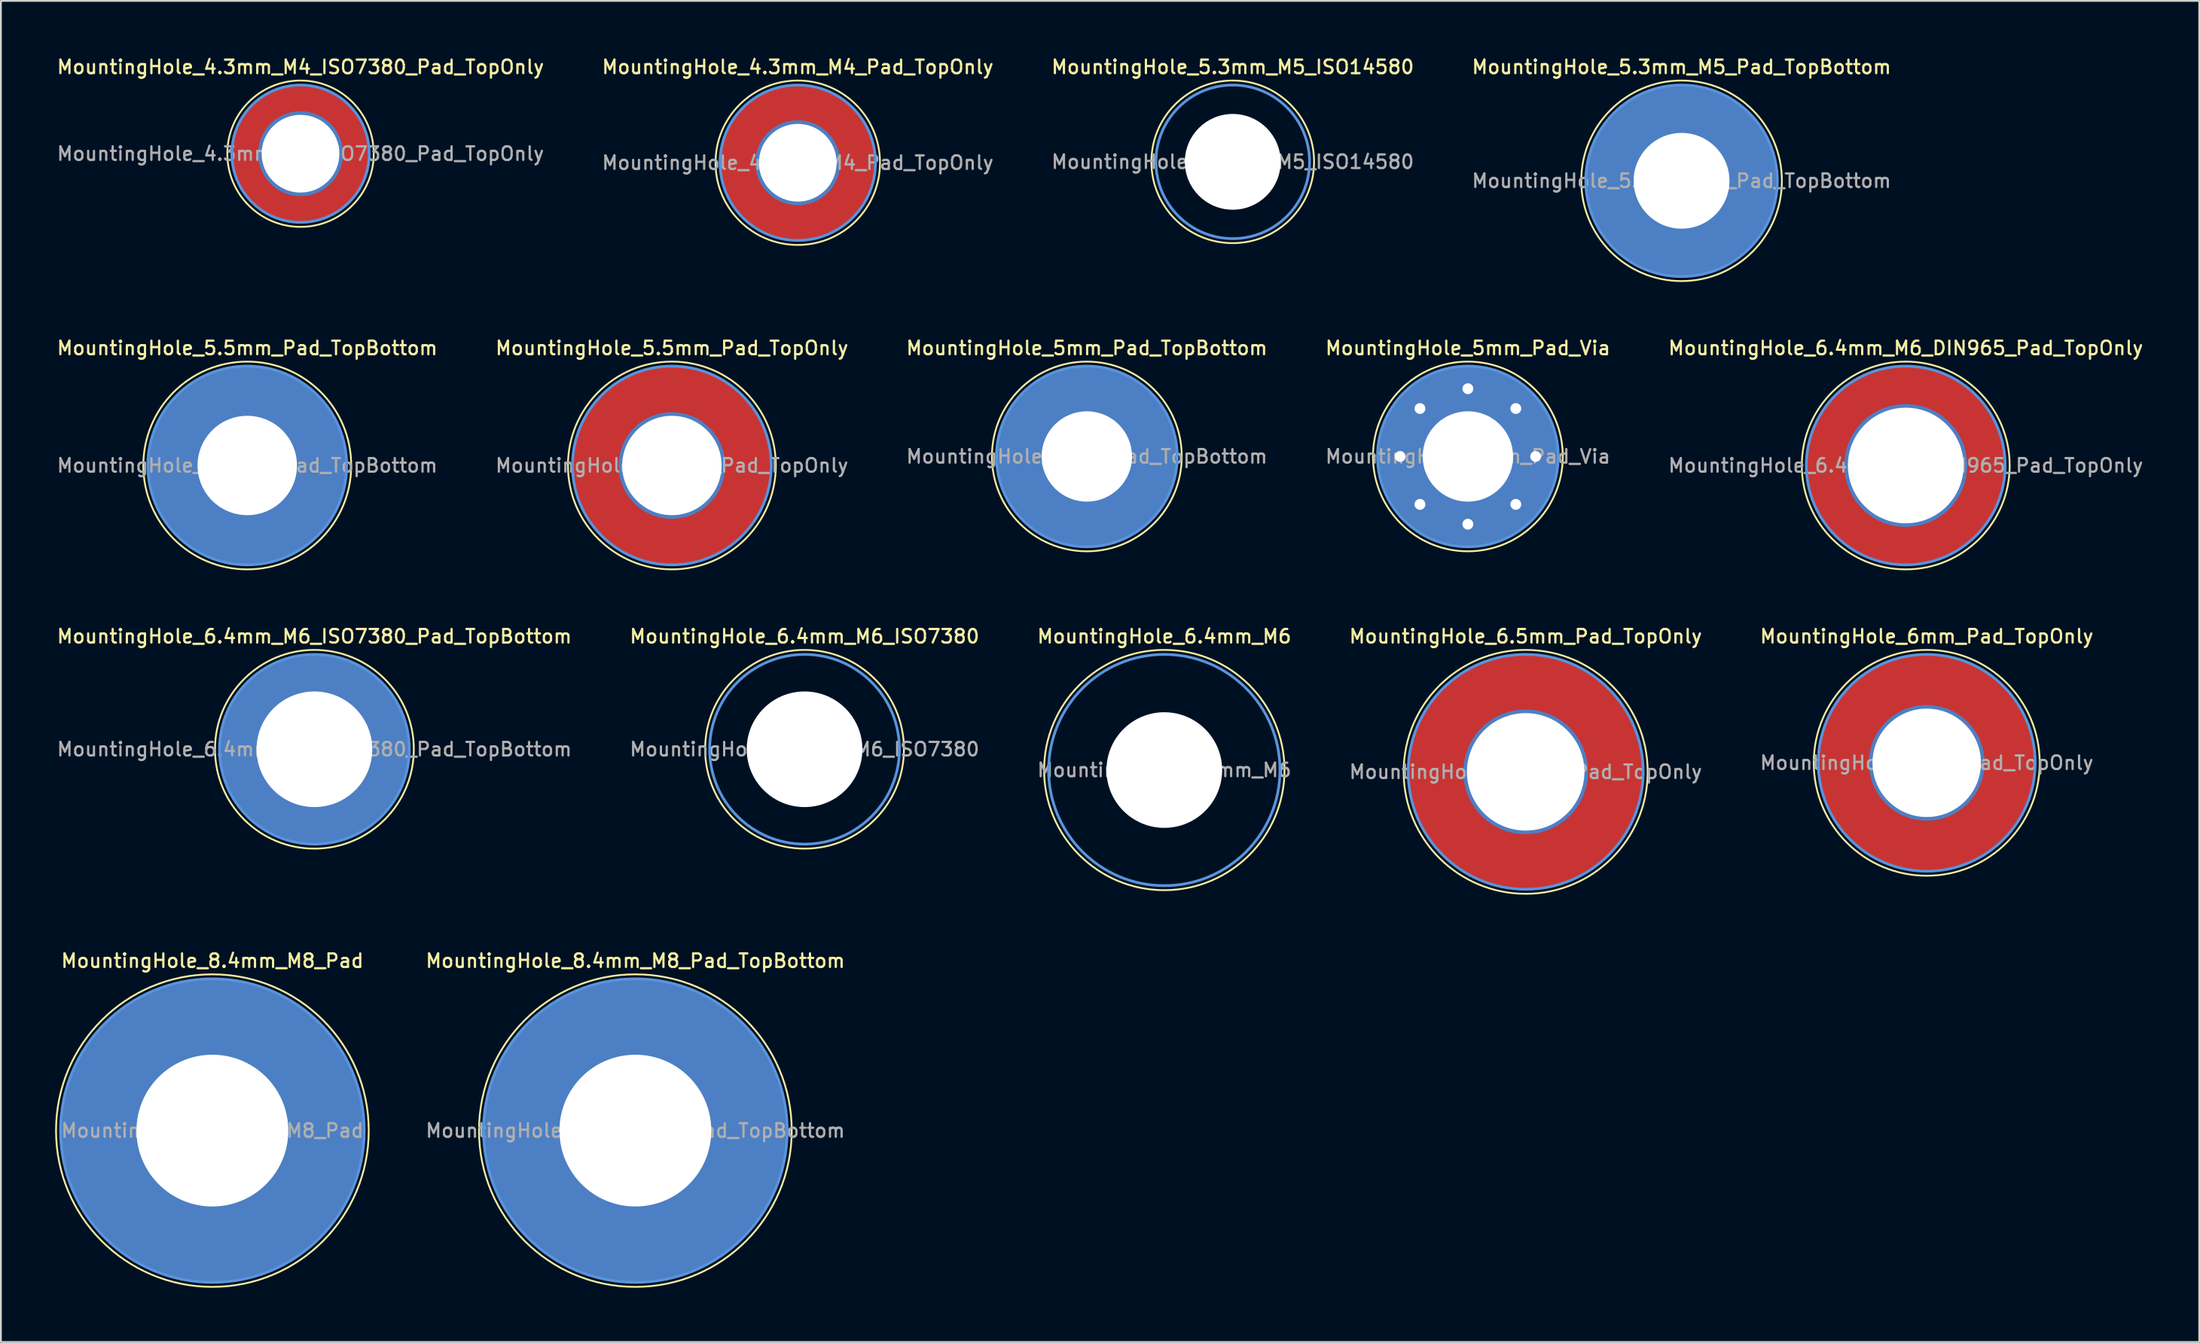
<source format=kicad_pcb>
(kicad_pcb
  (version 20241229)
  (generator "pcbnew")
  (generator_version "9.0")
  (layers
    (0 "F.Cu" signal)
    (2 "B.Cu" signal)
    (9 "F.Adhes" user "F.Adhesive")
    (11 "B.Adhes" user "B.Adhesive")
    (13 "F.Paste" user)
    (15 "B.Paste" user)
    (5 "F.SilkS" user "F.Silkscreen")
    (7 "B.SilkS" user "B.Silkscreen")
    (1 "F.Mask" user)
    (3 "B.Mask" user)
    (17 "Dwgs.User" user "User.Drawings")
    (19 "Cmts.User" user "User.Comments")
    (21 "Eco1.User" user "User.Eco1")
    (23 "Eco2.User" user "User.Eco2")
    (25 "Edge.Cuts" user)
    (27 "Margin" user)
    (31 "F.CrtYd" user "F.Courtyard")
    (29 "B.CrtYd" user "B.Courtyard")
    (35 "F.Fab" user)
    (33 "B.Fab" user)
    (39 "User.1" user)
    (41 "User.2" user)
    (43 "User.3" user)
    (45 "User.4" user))
  (footprint "MountingHole_6mm_Pad_TopOnly"
    (layer "F.Cu")
    (at 103.548 39.174)
    (property "Reference" "MountingHole_6mm_Pad_TopOnly" (at 0 -7 0) (layer "F.SilkS") (effects (font (size 0.75 0.75) (thickness 0.125))))
    (attr exclude_from_pos_files exclude_from_bom)
    (fp_circle (center 0 0) (end 6.25 0) (stroke (width 0.1) (type solid)) (fill no) (layer "F.SilkS"))
    (fp_circle (center 0 0) (end 6 0) (stroke (width 0.15) (type solid)) (fill no) (layer "Cmts.User"))
    (fp_text user "${REFERENCE}" (at 0 0 0) (layer "F.Fab") (effects (font (size 0.75 0.75) (thickness 0.125))))
    (pad "1" thru_hole circle (at 0 0) (size 6.4 6.4) (drill 6) (layers "*.Cu" "*.Mask"))
    (pad "1" connect circle (at 0 0) (size 12 12) (layers "F.Cu" "F.Mask")))
  (footprint "MountingHole_6.4mm_M6"
    (layer "F.Cu")
    (at 61.366 39.574)
    (property "Reference" "MountingHole_6.4mm_M6" (at 0 -7.4 0) (layer "F.SilkS") (effects (font (size 0.75 0.75) (thickness 0.125))))
    (attr exclude_from_pos_files exclude_from_bom)
    (fp_circle (center 0 0) (end 6.65 0) (stroke (width 0.1) (type solid)) (fill no) (layer "F.SilkS"))
    (fp_circle (center 0 0) (end 6.4 0) (stroke (width 0.15) (type solid)) (fill no) (layer "Cmts.User"))
    (fp_text user "${REFERENCE}" (at 0 0 0) (layer "F.Fab") (effects (font (size 0.75 0.75) (thickness 0.125))))
    (pad "" np_thru_hole circle (at 0 0) (size 6.4 6.4) (drill 6.4) (layers "*.Cu" "*.Mask")))
  (footprint "MountingHole_6.4mm_M6_DIN965_Pad_TopOnly"
    (layer "F.Cu")
    (at 102.387 22.716)
    (property "Reference" "MountingHole_6.4mm_M6_DIN965_Pad_TopOnly" (at 0 -6.5 0) (layer "F.SilkS") (effects (font (size 0.75 0.75) (thickness 0.125))))
    (attr exclude_from_pos_files exclude_from_bom)
    (fp_circle (center 0 0) (end 5.75 0) (stroke (width 0.1) (type solid)) (fill no) (layer "F.SilkS"))
    (fp_circle (center 0 0) (end 5.5 0) (stroke (width 0.15) (type solid)) (fill no) (layer "Cmts.User"))
    (fp_text user "${REFERENCE}" (at 0 0 0) (layer "F.Fab") (effects (font (size 0.75 0.75) (thickness 0.125))))
    (pad "1" thru_hole circle (at 0 0) (size 6.8 6.8) (drill 6.4) (layers "*.Cu" "*.Mask"))
    (pad "1" connect circle (at 0 0) (size 11 11) (layers "F.Cu" "F.Mask")))
  (footprint "MountingHole_5.3mm_M5_Pad_TopBottom"
    (layer "F.Cu")
    (at 89.984 6.958)
    (property "Reference" "MountingHole_5.3mm_M5_Pad_TopBottom" (at 0 -6.3 0) (layer "F.SilkS") (effects (font (size 0.75 0.75) (thickness 0.125))))
    (attr exclude_from_pos_files exclude_from_bom)
    (fp_circle (center 0 0) (end 5.55 0) (stroke (width 0.1) (type solid)) (fill no) (layer "F.SilkS"))
    (fp_circle (center 0 0) (end 5.3 0) (stroke (width 0.15) (type solid)) (fill no) (layer "Cmts.User"))
    (fp_text user "${REFERENCE}" (at 0 0 0) (layer "F.Fab") (effects (font (size 0.75 0.75) (thickness 0.125))))
    (pad "1" thru_hole circle (at 0 0) (size 5.7 5.7) (drill 5.3) (layers "*.Cu" "*.Mask"))
    (pad "1" connect circle (at 0 0) (size 10.6 10.6) (layers "F.Cu" "F.Mask"))
    (pad "1" connect circle (at 0 0) (size 10.6 10.6) (layers "B.Cu" "B.Mask")))
  (footprint "MountingHole_8.4mm_M8_Pad"
    (layer "F.Cu")
    (at 8.7 59.532)
    (property "Reference" "MountingHole_8.4mm_M8_Pad" (at 0 -9.4 0) (layer "F.SilkS") (effects (font (size 0.75 0.75) (thickness 0.125))))
    (attr exclude_from_pos_files exclude_from_bom)
    (fp_circle (center 0 0) (end 8.65 0) (stroke (width 0.1) (type solid)) (fill no) (layer "F.SilkS"))
    (fp_circle (center 0 0) (end 8.4 0) (stroke (width 0.15) (type solid)) (fill no) (layer "Cmts.User"))
    (fp_text user "${REFERENCE}" (at 0 0 0) (layer "F.Fab") (effects (font (size 0.75 0.75) (thickness 0.125))))
    (pad "1" thru_hole circle (at 0 0) (size 16.8 16.8) (drill 8.4) (layers "*.Cu" "*.Mask")))
  (footprint "MountingHole_5.5mm_Pad_TopOnly"
    (layer "F.Cu")
    (at 34.123 22.716)
    (property "Reference" "MountingHole_5.5mm_Pad_TopOnly" (at 0 -6.5 0) (layer "F.SilkS") (effects (font (size 0.75 0.75) (thickness 0.125))))
    (attr exclude_from_pos_files exclude_from_bom)
    (fp_circle (center 0 0) (end 5.75 0) (stroke (width 0.1) (type solid)) (fill no) (layer "F.SilkS"))
    (fp_circle (center 0 0) (end 5.5 0) (stroke (width 0.15) (type solid)) (fill no) (layer "Cmts.User"))
    (fp_text user "${REFERENCE}" (at 0 0 0) (layer "F.Fab") (effects (font (size 0.75 0.75) (thickness 0.125))))
    (pad "1" thru_hole circle (at 0 0) (size 5.9 5.9) (drill 5.5) (layers "*.Cu" "*.Mask"))
    (pad "1" connect circle (at 0 0) (size 11 11) (layers "F.Cu" "F.Mask")))
  (footprint "MountingHole_5.3mm_M5_ISO14580"
    (layer "F.Cu")
    (at 65.152 5.908)
    (property "Reference" "MountingHole_5.3mm_M5_ISO14580" (at 0 -5.25 0) (layer "F.SilkS") (effects (font (size 0.75 0.75) (thickness 0.125))))
    (attr exclude_from_pos_files exclude_from_bom)
    (fp_circle (center 0 0) (end 4.5 0) (stroke (width 0.1) (type solid)) (fill no) (layer "F.SilkS"))
    (fp_circle (center 0 0) (end 4.25 0) (stroke (width 0.15) (type solid)) (fill no) (layer "Cmts.User"))
    (fp_text user "${REFERENCE}" (at 0 0 0) (layer "F.Fab") (effects (font (size 0.75 0.75) (thickness 0.125))))
    (pad "" np_thru_hole circle (at 0 0) (size 5.3 5.3) (drill 5.3) (layers "*.Cu" "*.Mask")))
  (footprint "MountingHole_5mm_Pad_TopBottom"
    (layer "F.Cu")
    (at 57.08 22.216)
    (property "Reference" "MountingHole_5mm_Pad_TopBottom" (at 0 -6 0) (layer "F.SilkS") (effects (font (size 0.75 0.75) (thickness 0.125))))
    (attr exclude_from_pos_files exclude_from_bom)
    (fp_circle (center 0 0) (end 5.25 0) (stroke (width 0.1) (type solid)) (fill no) (layer "F.SilkS"))
    (fp_circle (center 0 0) (end 5 0) (stroke (width 0.15) (type solid)) (fill no) (layer "Cmts.User"))
    (fp_text user "${REFERENCE}" (at 0 0 0) (layer "F.Fab") (effects (font (size 0.75 0.75) (thickness 0.125))))
    (pad "1" thru_hole circle (at 0 0) (size 5.4 5.4) (drill 5) (layers "*.Cu" "*.Mask"))
    (pad "1" connect circle (at 0 0) (size 10 10) (layers "F.Cu" "F.Mask"))
    (pad "1" connect circle (at 0 0) (size 10 10) (layers "B.Cu" "B.Mask")))
  (footprint "MountingHole_8.4mm_M8_Pad_TopBottom"
    (layer "F.Cu")
    (at 32.102 59.532)
    (property "Reference" "MountingHole_8.4mm_M8_Pad_TopBottom" (at 0 -9.4 0) (layer "F.SilkS") (effects (font (size 0.75 0.75) (thickness 0.125))))
    (attr exclude_from_pos_files exclude_from_bom)
    (fp_circle (center 0 0) (end 8.65 0) (stroke (width 0.1) (type solid)) (fill no) (layer "F.SilkS"))
    (fp_circle (center 0 0) (end 8.4 0) (stroke (width 0.15) (type solid)) (fill no) (layer "Cmts.User"))
    (fp_text user "${REFERENCE}" (at 0 0 0) (layer "F.Fab") (effects (font (size 0.75 0.75) (thickness 0.125))))
    (pad "1" thru_hole circle (at 0 0) (size 8.8 8.8) (drill 8.4) (layers "*.Cu" "*.Mask"))
    (pad "1" connect circle (at 0 0) (size 16.8 16.8) (layers "F.Cu" "F.Mask"))
    (pad "1" connect circle (at 0 0) (size 16.8 16.8) (layers "B.Cu" "B.Mask")))
  (footprint "MountingHole_5mm_Pad_Via"
    (layer "F.Cu")
    (at 78.162 22.216)
    (property "Reference" "MountingHole_5mm_Pad_Via" (at 0 -6 0) (layer "F.SilkS") (effects (font (size 0.75 0.75) (thickness 0.125))))
    (attr exclude_from_pos_files exclude_from_bom)
    (fp_circle (center 0 0) (end 5.25 0) (stroke (width 0.1) (type solid)) (fill no) (layer "F.SilkS"))
    (fp_circle (center 0 0) (end 5 0) (stroke (width 0.15) (type solid)) (fill no) (layer "Cmts.User"))
    (fp_text user "${REFERENCE}" (at 0 0 0) (layer "F.Fab") (effects (font (size 0.75 0.75) (thickness 0.125))))
    (pad "1" thru_hole circle (at -3.75 0) (size 0.9 0.9) (drill 0.6) (layers "*.Cu" "*.Mask"))
    (pad "1" thru_hole circle (at -2.652 -2.652) (size 0.9 0.9) (drill 0.6) (layers "*.Cu" "*.Mask"))
    (pad "1" thru_hole circle (at -2.652 2.652) (size 0.9 0.9) (drill 0.6) (layers "*.Cu" "*.Mask"))
    (pad "1" thru_hole circle (at 0 -3.75) (size 0.9 0.9) (drill 0.6) (layers "*.Cu" "*.Mask"))
    (pad "1" thru_hole circle (at 0 0) (size 10 10) (drill 5) (layers "*.Cu" "*.Mask"))
    (pad "1" thru_hole circle (at 0 3.75) (size 0.9 0.9) (drill 0.6) (layers "*.Cu" "*.Mask"))
    (pad "1" thru_hole circle (at 2.652 -2.652) (size 0.9 0.9) (drill 0.6) (layers "*.Cu" "*.Mask"))
    (pad "1" thru_hole circle (at 2.652 2.652) (size 0.9 0.9) (drill 0.6) (layers "*.Cu" "*.Mask"))
    (pad "1" thru_hole circle (at 3.75 0) (size 0.9 0.9) (drill 0.6) (layers "*.Cu" "*.Mask")))
  (footprint "MountingHole_4.3mm_M4_ISO7380_Pad_TopOnly"
    (layer "F.Cu")
    (at 13.577 5.458)
    (property "Reference" "MountingHole_4.3mm_M4_ISO7380_Pad_TopOnly" (at 0 -4.8 0) (layer "F.SilkS") (effects (font (size 0.75 0.75) (thickness 0.125))))
    (attr exclude_from_pos_files exclude_from_bom)
    (fp_circle (center 0 0) (end 4.05 0) (stroke (width 0.1) (type solid)) (fill no) (layer "F.SilkS"))
    (fp_circle (center 0 0) (end 3.8 0) (stroke (width 0.15) (type solid)) (fill no) (layer "Cmts.User"))
    (fp_text user "${REFERENCE}" (at 0 0 0) (layer "F.Fab") (effects (font (size 0.75 0.75) (thickness 0.125))))
    (pad "1" thru_hole circle (at 0 0) (size 4.7 4.7) (drill 4.3) (layers "*.Cu" "*.Mask"))
    (pad "1" connect circle (at 0 0) (size 7.6 7.6) (layers "F.Cu" "F.Mask")))
  (footprint "MountingHole_5.5mm_Pad_TopBottom"
    (layer "F.Cu")
    (at 10.63 22.716)
    (property "Reference" "MountingHole_5.5mm_Pad_TopBottom" (at 0 -6.5 0) (layer "F.SilkS") (effects (font (size 0.75 0.75) (thickness 0.125))))
    (attr exclude_from_pos_files exclude_from_bom)
    (fp_circle (center 0 0) (end 5.75 0) (stroke (width 0.1) (type solid)) (fill no) (layer "F.SilkS"))
    (fp_circle (center 0 0) (end 5.5 0) (stroke (width 0.15) (type solid)) (fill no) (layer "Cmts.User"))
    (fp_text user "${REFERENCE}" (at 0 0 0) (layer "F.Fab") (effects (font (size 0.75 0.75) (thickness 0.125))))
    (pad "1" thru_hole circle (at 0 0) (size 5.9 5.9) (drill 5.5) (layers "*.Cu" "*.Mask"))
    (pad "1" connect circle (at 0 0) (size 11 11) (layers "F.Cu" "F.Mask"))
    (pad "1" connect circle (at 0 0) (size 11 11) (layers "B.Cu" "B.Mask")))
  (footprint "MountingHole_6.5mm_Pad_TopOnly"
    (layer "F.Cu")
    (at 81.359 39.674)
    (property "Reference" "MountingHole_6.5mm_Pad_TopOnly" (at 0 -7.5 0) (layer "F.SilkS") (effects (font (size 0.75 0.75) (thickness 0.125))))
    (attr exclude_from_pos_files exclude_from_bom)
    (fp_circle (center 0 0) (end 6.75 0) (stroke (width 0.1) (type solid)) (fill no) (layer "F.SilkS"))
    (fp_circle (center 0 0) (end 6.5 0) (stroke (width 0.15) (type solid)) (fill no) (layer "Cmts.User"))
    (fp_text user "${REFERENCE}" (at 0 0 0) (layer "F.Fab") (effects (font (size 0.75 0.75) (thickness 0.125))))
    (pad "1" thru_hole circle (at 0 0) (size 6.9 6.9) (drill 6.5) (layers "*.Cu" "*.Mask"))
    (pad "1" connect circle (at 0 0) (size 13 13) (layers "F.Cu" "F.Mask")))
  (footprint "MountingHole_4.3mm_M4_Pad_TopOnly"
    (layer "F.Cu")
    (at 41.087 5.958)
    (property "Reference" "MountingHole_4.3mm_M4_Pad_TopOnly" (at 0 -5.3 0) (layer "F.SilkS") (effects (font (size 0.75 0.75) (thickness 0.125))))
    (attr exclude_from_pos_files exclude_from_bom)
    (fp_circle (center 0 0) (end 4.55 0) (stroke (width 0.1) (type solid)) (fill no) (layer "F.SilkS"))
    (fp_circle (center 0 0) (end 4.3 0) (stroke (width 0.15) (type solid)) (fill no) (layer "Cmts.User"))
    (fp_text user "${REFERENCE}" (at 0 0 0) (layer "F.Fab") (effects (font (size 0.75 0.75) (thickness 0.125))))
    (pad "1" thru_hole circle (at 0 0) (size 4.7 4.7) (drill 4.3) (layers "*.Cu" "*.Mask"))
    (pad "1" connect circle (at 0 0) (size 8.6 8.6) (layers "F.Cu" "F.Mask")))
  (footprint "MountingHole_6.4mm_M6_ISO7380_Pad_TopBottom"
    (layer "F.Cu")
    (at 14.345 38.424)
    (property "Reference" "MountingHole_6.4mm_M6_ISO7380_Pad_TopBottom" (at 0 -6.25 0) (layer "F.SilkS") (effects (font (size 0.75 0.75) (thickness 0.125))))
    (attr exclude_from_pos_files exclude_from_bom)
    (fp_circle (center 0 0) (end 5.5 0) (stroke (width 0.1) (type solid)) (fill no) (layer "F.SilkS"))
    (fp_circle (center 0 0) (end 5.25 0) (stroke (width 0.15) (type solid)) (fill no) (layer "Cmts.User"))
    (fp_text user "${REFERENCE}" (at 0 0 0) (layer "F.Fab") (effects (font (size 0.75 0.75) (thickness 0.125))))
    (pad "1" thru_hole circle (at 0 0) (size 6.8 6.8) (drill 6.4) (layers "*.Cu" "*.Mask"))
    (pad "1" connect circle (at 0 0) (size 10.5 10.5) (layers "F.Cu" "F.Mask"))
    (pad "1" connect circle (at 0 0) (size 10.5 10.5) (layers "B.Cu" "B.Mask")))
  (footprint "MountingHole_6.4mm_M6_ISO7380"
    (layer "F.Cu")
    (at 41.462 38.424)
    (property "Reference" "MountingHole_6.4mm_M6_ISO7380" (at 0 -6.25 0) (layer "F.SilkS") (effects (font (size 0.75 0.75) (thickness 0.125))))
    (attr exclude_from_pos_files exclude_from_bom)
    (fp_circle (center 0 0) (end 5.5 0) (stroke (width 0.1) (type solid)) (fill no) (layer "F.SilkS"))
    (fp_circle (center 0 0) (end 5.25 0) (stroke (width 0.15) (type solid)) (fill no) (layer "Cmts.User"))
    (fp_text user "${REFERENCE}" (at 0 0 0) (layer "F.Fab") (effects (font (size 0.75 0.75) (thickness 0.125))))
    (pad "" np_thru_hole circle (at 0 0) (size 6.4 6.4) (drill 6.4) (layers "*.Cu" "*.Mask")))
  (gr_rect
    (start -3 -3)
    (end 118.625 71.233)
    (stroke (width 0.1) (type default))
    (fill no)
    (layer "Edge.Cuts")))
</source>
